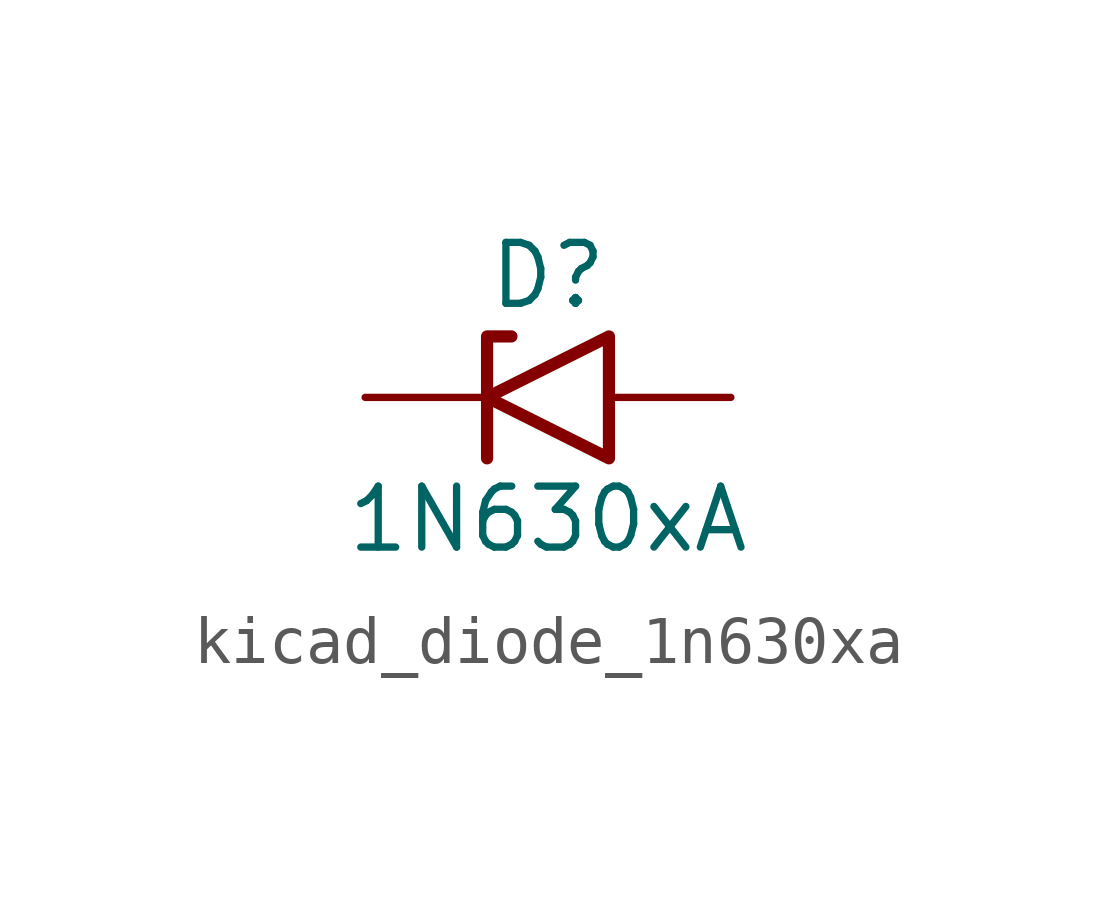
<source format=kicad_sym>
(kicad_symbol_lib
  (version 20220914)
  (generator kicad_symbol_editor)
  (symbol "kicad_diode_1n630xa"
    (pin_numbers hide)
    (pin_names
      (offset 1.016) hide)
    (property "Reference" "D"
      (at 0 2.54 0)
      (effects (font (size 1.27 1.27))))
    (property "Value" "1N630xA"
      (at 0 -2.54 0)
      (effects (font (size 1.27 1.27))))
    (symbol "kicad_diode_1n630xa_0_1"
      (polyline (pts (xy -0.762 1.27) (xy -1.27 1.27) (xy -1.27 -1.27)) (stroke (width 0.254) (type default)) (fill (type none)))
      (polyline (pts (xy 1.27 1.27) (xy 1.27 -1.27) (xy -1.27 0) (xy 1.27 1.27)) (stroke (width 0.254) (type default)) (fill (type none))))
    (symbol "kicad_diode_1n630xa_1_1"
      (pin passive line (at -3.81 0 0) (length 2.54) (name "A1" (effects (font (size 1.27 1.27)))) (number "1" (effects (font (size 1.27 1.27)))))
      (pin passive line (at 3.81 0 180) (length 2.54) (name "A2" (effects (font (size 1.27 1.27)))) (number "2" (effects (font (size 1.27 1.27))))))))
</source>
